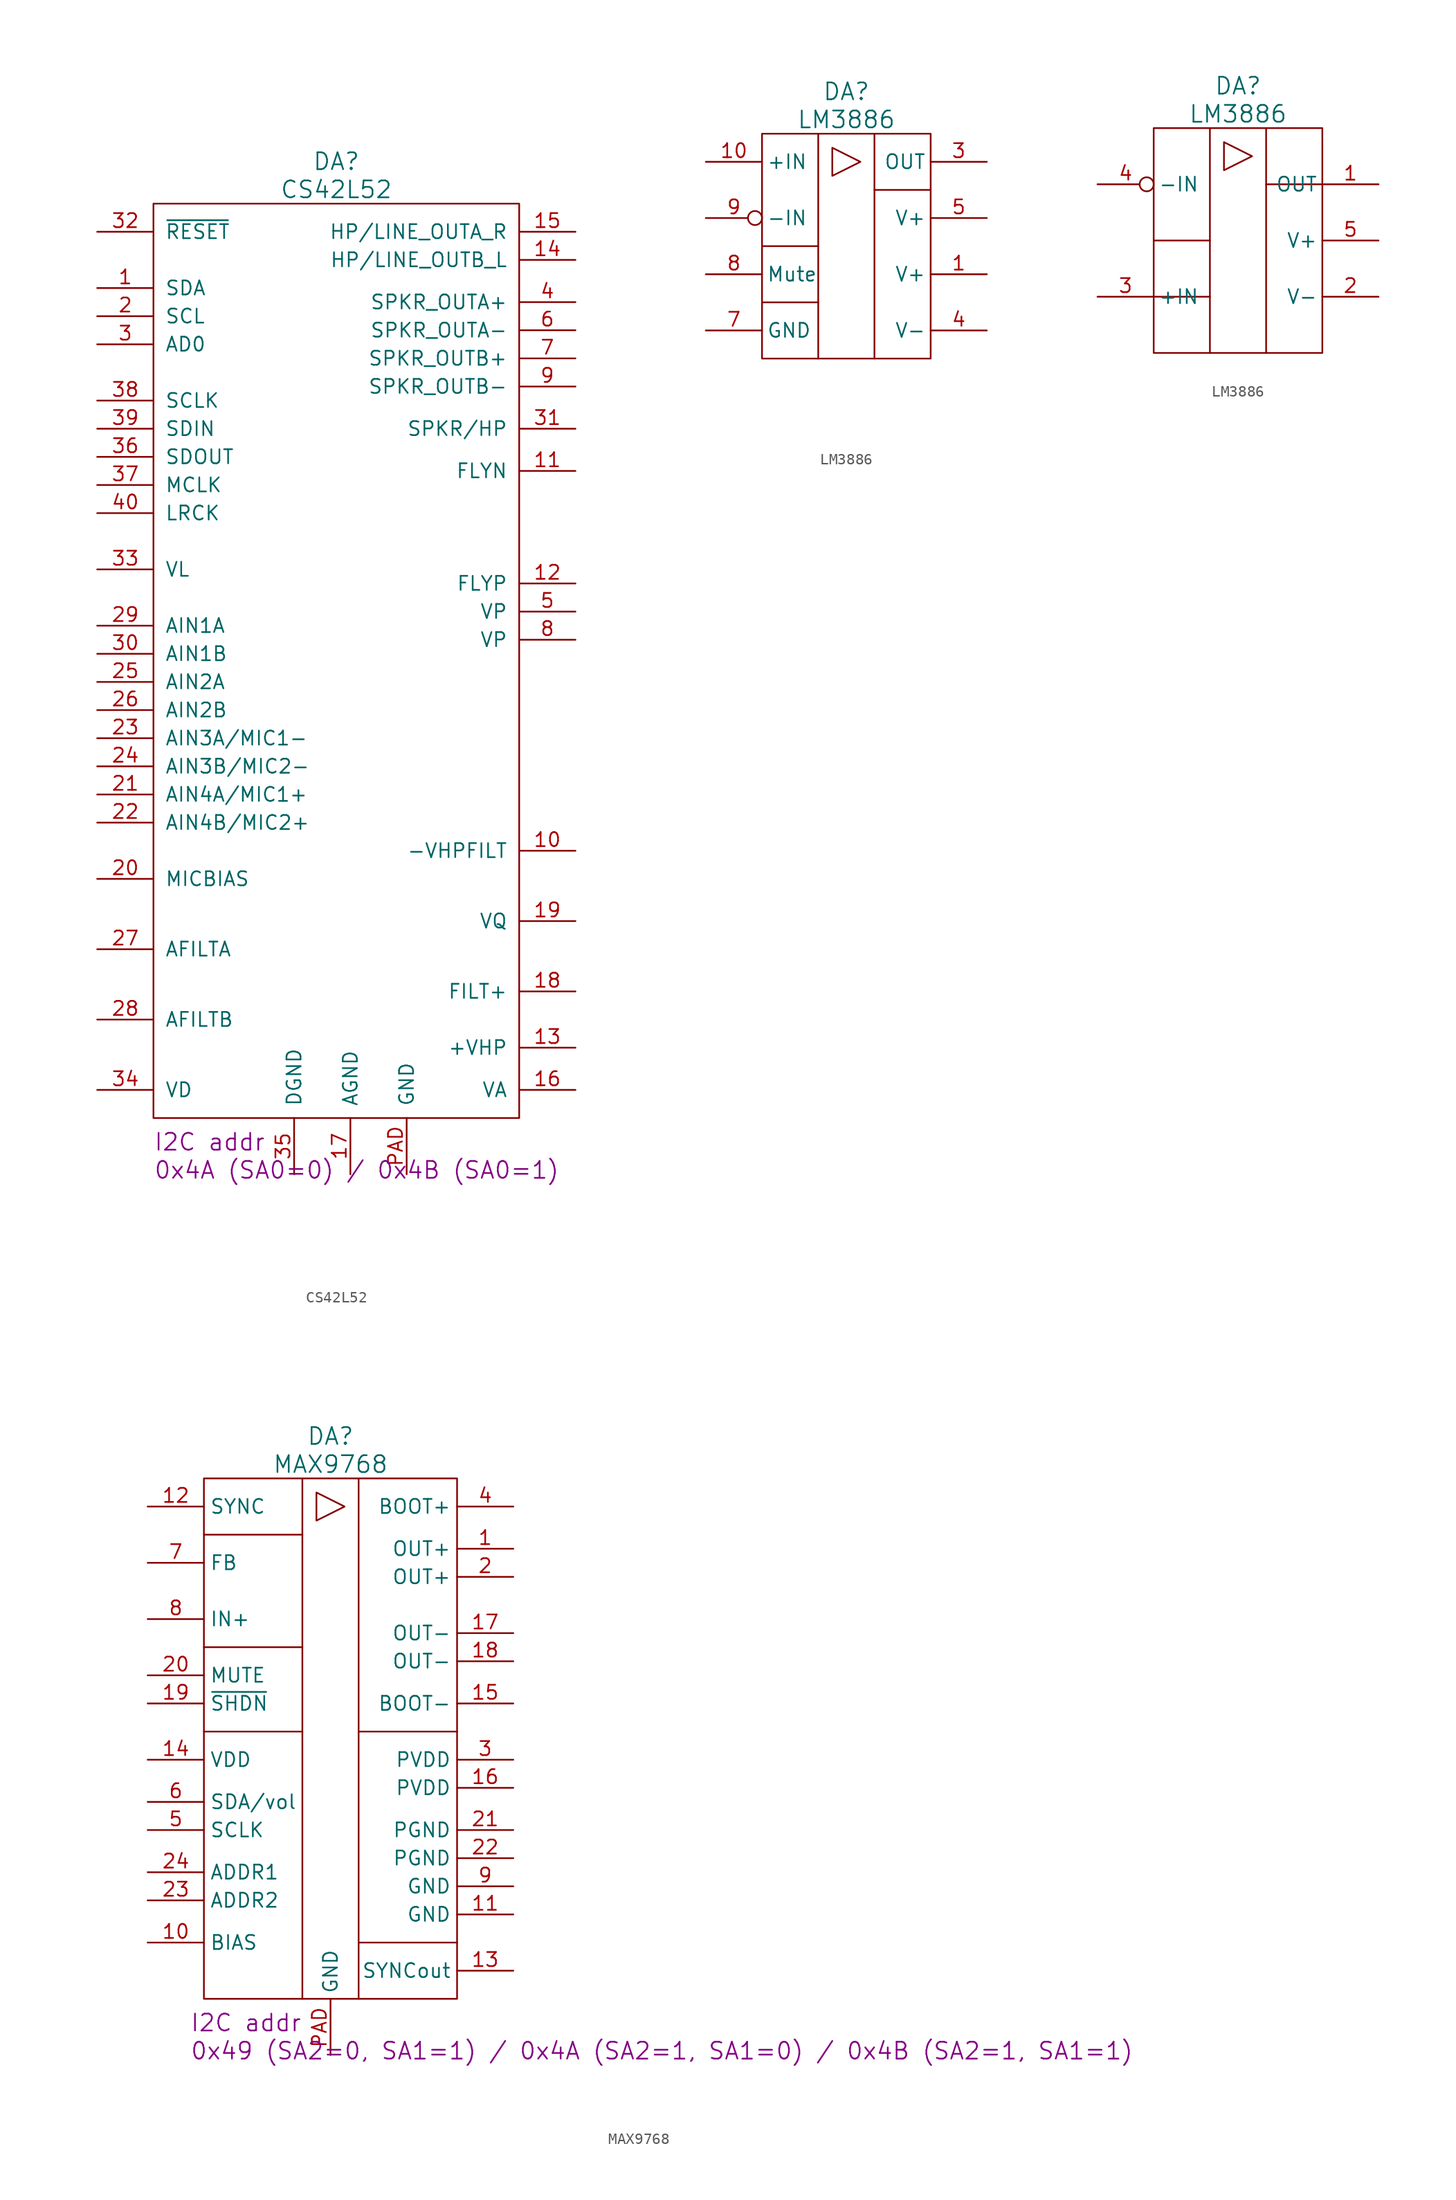
<source format=kicad_sym>
(kicad_symbol_lib
  (version 20220914)
  (generator kicad_symbol_editor)
  (symbol "CS42L52"
    (pin_names
      (offset 1.016))
    (property "Reference" "DA"
      (at 0 44.45 0)
      (effects (font (size 1.524 1.524))))
    (property "Value" "CS42L52"
      (at 0 41.91 0)
      (effects (font (size 1.524 1.524))))
    (property "I2C" "I2C addr"
      (at -16.51 -43.18 0)
      (effects (font (size 1.524 1.524)) (justify left top)))
    (property "Addr" "0x4A (SA0=0) / 0x4B (SA0=1)"
      (at -16.51 -45.72 0)
      (effects (font (size 1.524 1.524)) (justify left top)))
    (symbol "CS42L52_0_1"
      (rectangle (start -16.51 40.64) (end 16.51 -41.91) (stroke (width 0) (type solid)) (fill (type none))))
    (symbol "CS42L52_1_1"
      (pin passive line (at -21.59 33.02 0) (length 5.08) (name "SDA" (effects (font (size 1.27 1.27)))) (number "1" (effects (font (size 1.27 1.27)))))
      (pin passive line (at 21.59 -17.78 180) (length 5.08) (name "-VHPFILT" (effects (font (size 1.27 1.27)))) (number "10" (effects (font (size 1.27 1.27)))))
      (pin passive line (at 21.59 16.51 180) (length 5.08) (name "FLYN" (effects (font (size 1.27 1.27)))) (number "11" (effects (font (size 1.27 1.27)))))
      (pin passive line (at 21.59 6.35 180) (length 5.08) (name "FLYP" (effects (font (size 1.27 1.27)))) (number "12" (effects (font (size 1.27 1.27)))))
      (pin passive line (at 21.59 -35.56 180) (length 5.08) (name "+VHP" (effects (font (size 1.27 1.27)))) (number "13" (effects (font (size 1.27 1.27)))))
      (pin passive line (at 21.59 35.56 180) (length 5.08) (name "HP/LINE_OUTB_L" (effects (font (size 1.27 1.27)))) (number "14" (effects (font (size 1.27 1.27)))))
      (pin passive line (at 21.59 38.1 180) (length 5.08) (name "HP/LINE_OUTA_R" (effects (font (size 1.27 1.27)))) (number "15" (effects (font (size 1.27 1.27)))))
      (pin passive line (at 21.59 -39.37 180) (length 5.08) (name "VA" (effects (font (size 1.27 1.27)))) (number "16" (effects (font (size 1.27 1.27)))))
      (pin power_in line (at 1.27 -46.99 90) (length 5.08) (name "AGND" (effects (font (size 1.27 1.27)))) (number "17" (effects (font (size 1.27 1.27)))))
      (pin passive line (at 21.59 -30.48 180) (length 5.08) (name "FILT+" (effects (font (size 1.27 1.27)))) (number "18" (effects (font (size 1.27 1.27)))))
      (pin passive line (at 21.59 -24.13 180) (length 5.08) (name "VQ" (effects (font (size 1.27 1.27)))) (number "19" (effects (font (size 1.27 1.27)))))
      (pin passive line (at -21.59 30.48 0) (length 5.08) (name "SCL" (effects (font (size 1.27 1.27)))) (number "2" (effects (font (size 1.27 1.27)))))
      (pin passive line (at -21.59 -20.32 0) (length 5.08) (name "MICBIAS" (effects (font (size 1.27 1.27)))) (number "20" (effects (font (size 1.27 1.27)))))
      (pin passive line (at -21.59 -12.7 0) (length 5.08) (name "AIN4A/MIC1+" (effects (font (size 1.27 1.27)))) (number "21" (effects (font (size 1.27 1.27)))))
      (pin passive line (at -21.59 -15.24 0) (length 5.08) (name "AIN4B/MIC2+" (effects (font (size 1.27 1.27)))) (number "22" (effects (font (size 1.27 1.27)))))
      (pin passive line (at -21.59 -7.62 0) (length 5.08) (name "AIN3A/MIC1-" (effects (font (size 1.27 1.27)))) (number "23" (effects (font (size 1.27 1.27)))))
      (pin passive line (at -21.59 -10.16 0) (length 5.08) (name "AIN3B/MIC2-" (effects (font (size 1.27 1.27)))) (number "24" (effects (font (size 1.27 1.27)))))
      (pin passive line (at -21.59 -2.54 0) (length 5.08) (name "AIN2A" (effects (font (size 1.27 1.27)))) (number "25" (effects (font (size 1.27 1.27)))))
      (pin passive line (at -21.59 -5.08 0) (length 5.08) (name "AIN2B" (effects (font (size 1.27 1.27)))) (number "26" (effects (font (size 1.27 1.27)))))
      (pin passive line (at -21.59 -26.67 0) (length 5.08) (name "AFILTA" (effects (font (size 1.27 1.27)))) (number "27" (effects (font (size 1.27 1.27)))))
      (pin passive line (at -21.59 -33.02 0) (length 5.08) (name "AFILTB" (effects (font (size 1.27 1.27)))) (number "28" (effects (font (size 1.27 1.27)))))
      (pin passive line (at -21.59 2.54 0) (length 5.08) (name "AIN1A" (effects (font (size 1.27 1.27)))) (number "29" (effects (font (size 1.27 1.27)))))
      (pin passive line (at -21.59 27.94 0) (length 5.08) (name "AD0" (effects (font (size 1.27 1.27)))) (number "3" (effects (font (size 1.27 1.27)))))
      (pin passive line (at -21.59 0 0) (length 5.08) (name "AIN1B" (effects (font (size 1.27 1.27)))) (number "30" (effects (font (size 1.27 1.27)))))
      (pin passive line (at 21.59 20.32 180) (length 5.08) (name "SPKR/HP" (effects (font (size 1.27 1.27)))) (number "31" (effects (font (size 1.27 1.27)))))
      (pin passive line (at -21.59 38.1 0) (length 5.08) (name "~{RESET}" (effects (font (size 1.27 1.27)))) (number "32" (effects (font (size 1.27 1.27)))))
      (pin power_in line (at -21.59 7.62 0) (length 5.08) (name "VL" (effects (font (size 1.27 1.27)))) (number "33" (effects (font (size 1.27 1.27)))))
      (pin power_in line (at -21.59 -39.37 0) (length 5.08) (name "VD" (effects (font (size 1.27 1.27)))) (number "34" (effects (font (size 1.27 1.27)))))
      (pin power_in line (at -3.81 -46.99 90) (length 5.08) (name "DGND" (effects (font (size 1.27 1.27)))) (number "35" (effects (font (size 1.27 1.27)))))
      (pin passive line (at -21.59 17.78 0) (length 5.08) (name "SDOUT" (effects (font (size 1.27 1.27)))) (number "36" (effects (font (size 1.27 1.27)))))
      (pin passive line (at -21.59 15.24 0) (length 5.08) (name "MCLK" (effects (font (size 1.27 1.27)))) (number "37" (effects (font (size 1.27 1.27)))))
      (pin passive line (at -21.59 22.86 0) (length 5.08) (name "SCLK" (effects (font (size 1.27 1.27)))) (number "38" (effects (font (size 1.27 1.27)))))
      (pin passive line (at -21.59 20.32 0) (length 5.08) (name "SDIN" (effects (font (size 1.27 1.27)))) (number "39" (effects (font (size 1.27 1.27)))))
      (pin passive line (at 21.59 31.75 180) (length 5.08) (name "SPKR_OUTA+" (effects (font (size 1.27 1.27)))) (number "4" (effects (font (size 1.27 1.27)))))
      (pin passive line (at -21.59 12.7 0) (length 5.08) (name "LRCK" (effects (font (size 1.27 1.27)))) (number "40" (effects (font (size 1.27 1.27)))))
      (pin power_in line (at 21.59 3.81 180) (length 5.08) (name "VP" (effects (font (size 1.27 1.27)))) (number "5" (effects (font (size 1.27 1.27)))))
      (pin passive line (at 21.59 29.21 180) (length 5.08) (name "SPKR_OUTA-" (effects (font (size 1.27 1.27)))) (number "6" (effects (font (size 1.27 1.27)))))
      (pin passive line (at 21.59 26.67 180) (length 5.08) (name "SPKR_OUTB+" (effects (font (size 1.27 1.27)))) (number "7" (effects (font (size 1.27 1.27)))))
      (pin power_in line (at 21.59 1.27 180) (length 5.08) (name "VP" (effects (font (size 1.27 1.27)))) (number "8" (effects (font (size 1.27 1.27)))))
      (pin passive line (at 21.59 24.13 180) (length 5.08) (name "SPKR_OUTB-" (effects (font (size 1.27 1.27)))) (number "9" (effects (font (size 1.27 1.27)))))
      (pin power_in line (at 6.35 -46.99 90) (length 5.08) (name "GND" (effects (font (size 1.27 1.27)))) (number "PAD" (effects (font (size 1.27 1.27)))))))
  (symbol "LM3886"
    (pin_names
      (offset 0.406))
    (property "Reference" "DA"
      (at 0 13.97 0)
      (effects (font (size 1.524 1.524))))
    (property "Value" "LM3886"
      (at 0 11.43 0)
      (effects (font (size 1.524 1.524))))
    (property "Datasheet" ""
      (at 0 -6.35 0)
      (effects (font (size 1.524 1.524))))
    (symbol "LM3886_0_0"
      (rectangle (start -7.62 10.16) (end 7.62 -10.16) (stroke (width 0) (type solid)) (fill (type none)))
      (polyline (pts (xy -7.62 -5.08) (xy -2.54 -5.08)) (stroke (width 0) (type solid)) (fill (type none)))
      (polyline (pts (xy -7.62 0) (xy -2.54 0)) (stroke (width 0) (type solid)) (fill (type none)))
      (polyline (pts (xy 2.54 5.08) (xy 7.62 5.08)) (stroke (width 0) (type solid)) (fill (type none)))
      (polyline (pts (xy -2.54 10.16) (xy -2.54 -3.81) (xy -2.54 -10.16)) (stroke (width 0) (type solid)) (fill (type none)))
      (polyline (pts (xy -1.27 8.89) (xy -1.27 6.35) (xy 1.27 7.62) (xy -1.27 8.89)) (stroke (width 0) (type solid)) (fill (type none)))
      (polyline (pts (xy 2.54 -10.16) (xy 2.54 10.16) (xy 2.54 10.16) (xy 2.54 10.16)) (stroke (width 0) (type solid)) (fill (type none))))
    (symbol "LM3886_1_1"
      (pin power_in line (at 12.7 -2.54 180) (length 5.08) (name "V+" (effects (font (size 1.27 1.27)))) (number "1" (effects (font (size 1.27 1.27)))))
      (pin input line (at -12.7 7.62 0) (length 5.08) (name "+IN" (effects (font (size 1.27 1.27)))) (number "10" (effects (font (size 1.27 1.27)))))
      (pin no_connect line (at 2.54 -15.24 90) (length 5.08) hide (name "NC" (effects (font (size 1.27 1.27)))) (number "11" (effects (font (size 1.27 1.27)))))
      (pin no_connect line (at -2.54 -15.24 90) (length 5.08) hide (name "NC" (effects (font (size 1.27 1.27)))) (number "2" (effects (font (size 1.27 1.27)))))
      (pin input line (at 12.7 7.62 180) (length 5.08) (name "OUT" (effects (font (size 1.27 1.27)))) (number "3" (effects (font (size 1.27 1.27)))))
      (pin power_in line (at 12.7 -7.62 180) (length 5.08) (name "V-" (effects (font (size 1.27 1.27)))) (number "4" (effects (font (size 1.27 1.27)))))
      (pin power_in line (at 12.7 2.54 180) (length 5.08) (name "V+" (effects (font (size 1.27 1.27)))) (number "5" (effects (font (size 1.27 1.27)))))
      (pin no_connect line (at 0 -15.24 90) (length 5.08) hide (name "NC" (effects (font (size 1.27 1.27)))) (number "6" (effects (font (size 1.27 1.27)))))
      (pin power_in line (at -12.7 -7.62 0) (length 5.08) (name "GND" (effects (font (size 1.27 1.27)))) (number "7" (effects (font (size 1.27 1.27)))))
      (pin passive line (at -12.7 -2.54 0) (length 5.08) (name "Mute" (effects (font (size 1.27 1.27)))) (number "8" (effects (font (size 1.27 1.27)))))
      (pin input inverted (at -12.7 2.54 0) (length 5.08) (name "-IN" (effects (font (size 1.27 1.27)))) (number "9" (effects (font (size 1.27 1.27))))))
    (symbol "LM3886_1_2"
      (pin input line (at 12.7 5.08 180) (length 5.08) (name "OUT" (effects (font (size 1.27 1.27)))) (number "1" (effects (font (size 1.27 1.27)))))
      (pin power_in line (at 12.7 -5.08 180) (length 5.08) (name "V-" (effects (font (size 1.27 1.27)))) (number "2" (effects (font (size 1.27 1.27)))))
      (pin input line (at -12.7 -5.08 0) (length 5.08) (name "+IN" (effects (font (size 1.27 1.27)))) (number "3" (effects (font (size 1.27 1.27)))))
      (pin input inverted (at -12.7 5.08 0) (length 5.08) (name "-IN" (effects (font (size 1.27 1.27)))) (number "4" (effects (font (size 1.27 1.27)))))
      (pin power_in line (at 12.7 0 180) (length 5.08) (name "V+" (effects (font (size 1.27 1.27)))) (number "5" (effects (font (size 1.27 1.27)))))))
  (symbol "MAX9768"
    (property "Reference" "DA"
      (at 0 27.94 0)
      (effects (font (size 1.524 1.524))))
    (property "Value" "MAX9768"
      (at 0 25.4 0)
      (effects (font (size 1.524 1.524))))
    (property "Datasheet" ""
      (at 0 27.94 0)
      (effects (font (size 1.524 1.524))))
    (property "I2C" "I2C addr"
      (at -12.7 -24.13 0)
      (effects (font (size 1.524 1.524)) (justify left top)))
    (property "Addr" "0x49 (SA2=0, SA1=1) / 0x4A (SA2=1, SA1=0) / 0x4B (SA2=1, SA1=1)"
      (at -12.7 -26.67 0)
      (effects (font (size 1.524 1.524)) (justify left top)))
    (symbol "MAX9768_0_1"
      (rectangle (start -11.43 24.13) (end 11.43 -22.86) (stroke (width 0) (type solid)) (fill (type none)))
      (polyline (pts (xy -2.54 1.27) (xy -11.43 1.27)) (stroke (width 0) (type solid)) (fill (type none)))
      (polyline (pts (xy -2.54 8.89) (xy -11.43 8.89)) (stroke (width 0) (type solid)) (fill (type none)))
      (polyline (pts (xy -2.54 19.05) (xy -11.43 19.05)) (stroke (width 0) (type solid)) (fill (type none)))
      (polyline (pts (xy -2.54 24.13) (xy -2.54 -22.86)) (stroke (width 0) (type solid)) (fill (type none)))
      (polyline (pts (xy 2.54 -17.78) (xy 11.43 -17.78)) (stroke (width 0) (type solid)) (fill (type none)))
      (polyline (pts (xy 2.54 24.13) (xy 2.54 -22.86)) (stroke (width 0) (type solid)) (fill (type none)))
      (polyline (pts (xy 11.43 1.27) (xy 2.54 1.27)) (stroke (width 0) (type solid)) (fill (type none)))
      (polyline (pts (xy 1.27 21.59) (xy -1.27 22.86) (xy -1.27 20.32) (xy 1.27 21.59)) (stroke (width 0) (type solid)) (fill (type none))))
    (symbol "MAX9768_1_1"
      (pin passive line (at 16.51 17.78 180) (length 5.08) (name "OUT+" (effects (font (size 1.27 1.27)))) (number "1" (effects (font (size 1.27 1.27)))))
      (pin passive line (at -16.51 -17.78 0) (length 5.08) (name "BIAS" (effects (font (size 1.27 1.27)))) (number "10" (effects (font (size 1.27 1.27)))))
      (pin power_in line (at 16.51 -15.24 180) (length 5.08) (name "GND" (effects (font (size 1.27 1.27)))) (number "11" (effects (font (size 1.27 1.27)))))
      (pin passive line (at -16.51 21.59 0) (length 5.08) (name "SYNC" (effects (font (size 1.27 1.27)))) (number "12" (effects (font (size 1.27 1.27)))))
      (pin passive line (at 16.51 -20.32 180) (length 5.08) (name "SYNCout" (effects (font (size 1.27 1.27)))) (number "13" (effects (font (size 1.27 1.27)))))
      (pin power_in line (at -16.51 -1.27 0) (length 5.08) (name "VDD" (effects (font (size 1.27 1.27)))) (number "14" (effects (font (size 1.27 1.27)))))
      (pin passive line (at 16.51 3.81 180) (length 5.08) (name "BOOT-" (effects (font (size 1.27 1.27)))) (number "15" (effects (font (size 1.27 1.27)))))
      (pin power_in line (at 16.51 -3.81 180) (length 5.08) (name "PVDD" (effects (font (size 1.27 1.27)))) (number "16" (effects (font (size 1.27 1.27)))))
      (pin passive line (at 16.51 10.16 180) (length 5.08) (name "OUT-" (effects (font (size 1.27 1.27)))) (number "17" (effects (font (size 1.27 1.27)))))
      (pin passive line (at 16.51 7.62 180) (length 5.08) (name "OUT-" (effects (font (size 1.27 1.27)))) (number "18" (effects (font (size 1.27 1.27)))))
      (pin passive line (at -16.51 3.81 0) (length 5.08) (name "~{SHDN}" (effects (font (size 1.27 1.27)))) (number "19" (effects (font (size 1.27 1.27)))))
      (pin passive line (at 16.51 15.24 180) (length 5.08) (name "OUT+" (effects (font (size 1.27 1.27)))) (number "2" (effects (font (size 1.27 1.27)))))
      (pin passive line (at -16.51 6.35 0) (length 5.08) (name "MUTE" (effects (font (size 1.27 1.27)))) (number "20" (effects (font (size 1.27 1.27)))))
      (pin power_in line (at 16.51 -7.62 180) (length 5.08) (name "PGND" (effects (font (size 1.27 1.27)))) (number "21" (effects (font (size 1.27 1.27)))))
      (pin power_in line (at 16.51 -10.16 180) (length 5.08) (name "PGND" (effects (font (size 1.27 1.27)))) (number "22" (effects (font (size 1.27 1.27)))))
      (pin passive line (at -16.51 -13.97 0) (length 5.08) (name "ADDR2" (effects (font (size 1.27 1.27)))) (number "23" (effects (font (size 1.27 1.27)))))
      (pin passive line (at -16.51 -11.43 0) (length 5.08) (name "ADDR1" (effects (font (size 1.27 1.27)))) (number "24" (effects (font (size 1.27 1.27)))))
      (pin power_in line (at 16.51 -1.27 180) (length 5.08) (name "PVDD" (effects (font (size 1.27 1.27)))) (number "3" (effects (font (size 1.27 1.27)))))
      (pin passive line (at 16.51 21.59 180) (length 5.08) (name "BOOT+" (effects (font (size 1.27 1.27)))) (number "4" (effects (font (size 1.27 1.27)))))
      (pin passive line (at -16.51 -7.62 0) (length 5.08) (name "SCLK" (effects (font (size 1.27 1.27)))) (number "5" (effects (font (size 1.27 1.27)))))
      (pin passive line (at -16.51 -5.08 0) (length 5.08) (name "SDA/vol" (effects (font (size 1.27 1.27)))) (number "6" (effects (font (size 1.27 1.27)))))
      (pin passive line (at -16.51 16.51 0) (length 5.08) (name "FB" (effects (font (size 1.27 1.27)))) (number "7" (effects (font (size 1.27 1.27)))))
      (pin passive line (at -16.51 11.43 0) (length 5.08) (name "IN+" (effects (font (size 1.27 1.27)))) (number "8" (effects (font (size 1.27 1.27)))))
      (pin power_in line (at 16.51 -12.7 180) (length 5.08) (name "GND" (effects (font (size 1.27 1.27)))) (number "9" (effects (font (size 1.27 1.27)))))
      (pin power_in line (at 0 -27.94 90) (length 5.004) (name "GND" (effects (font (size 1.27 1.27)))) (number "PAD" (effects (font (size 1.27 1.27))))))))
</source>
